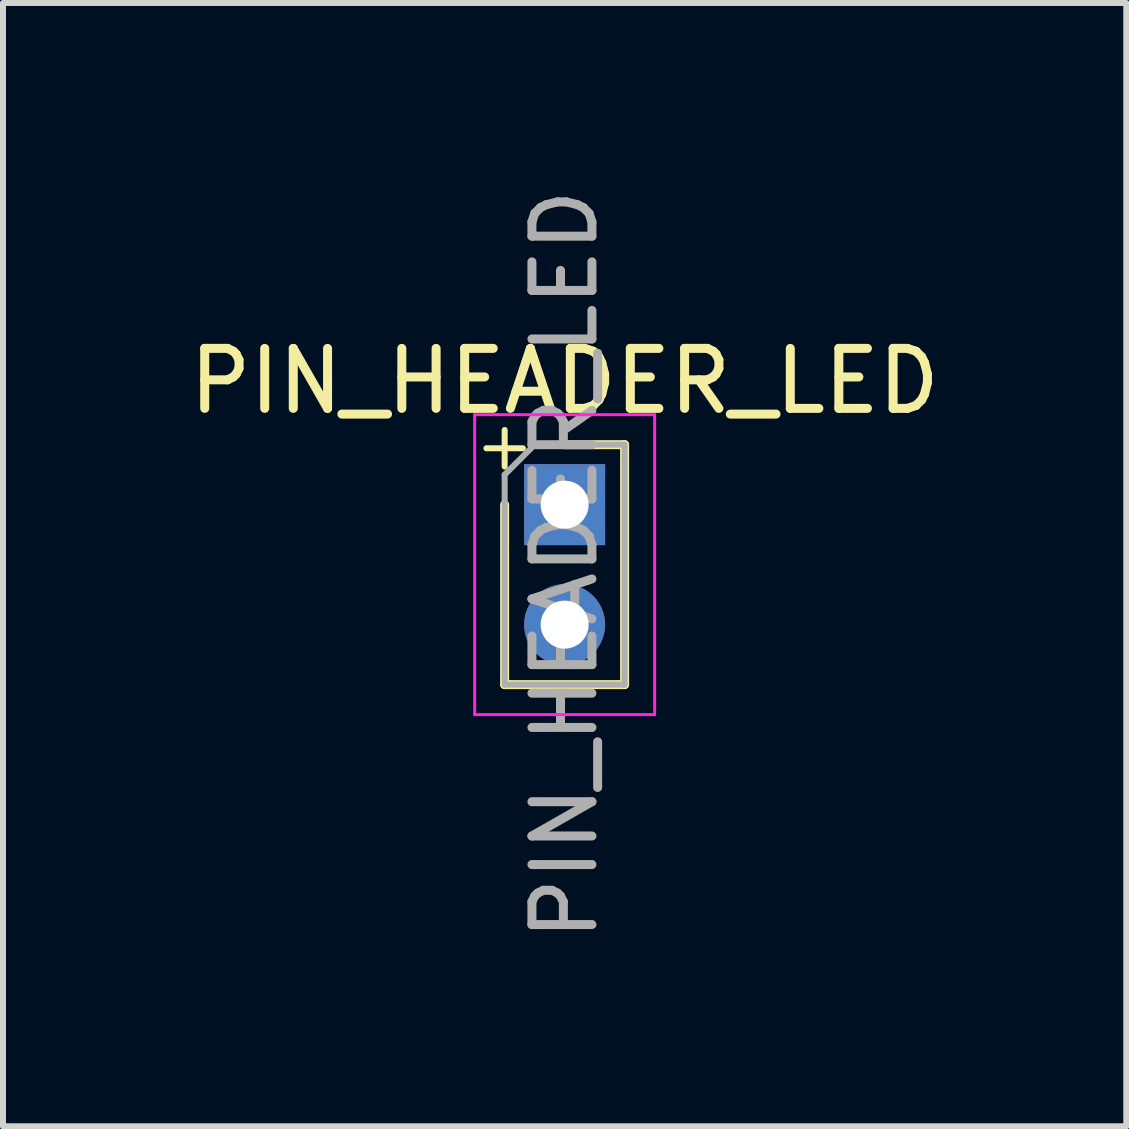
<source format=kicad_pcb>
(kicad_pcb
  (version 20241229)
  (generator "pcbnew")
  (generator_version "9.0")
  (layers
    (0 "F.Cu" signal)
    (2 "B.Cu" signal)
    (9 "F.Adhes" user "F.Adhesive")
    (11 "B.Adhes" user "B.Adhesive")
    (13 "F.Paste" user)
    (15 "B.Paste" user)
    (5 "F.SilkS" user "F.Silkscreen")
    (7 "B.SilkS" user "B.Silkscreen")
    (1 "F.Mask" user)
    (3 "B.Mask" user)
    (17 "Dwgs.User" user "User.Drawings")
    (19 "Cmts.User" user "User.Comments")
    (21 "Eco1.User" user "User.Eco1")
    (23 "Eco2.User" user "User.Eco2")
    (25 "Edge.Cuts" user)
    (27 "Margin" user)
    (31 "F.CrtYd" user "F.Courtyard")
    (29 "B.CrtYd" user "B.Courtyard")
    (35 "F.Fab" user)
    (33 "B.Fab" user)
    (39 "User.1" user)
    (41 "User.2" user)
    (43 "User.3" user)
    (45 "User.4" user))
  (footprint "PIN_HEADER_LED"
    (layer "F.Cu")
    (at 6.363 5.363)
    (property "Reference" "PIN_HEADER_LED" (at 0 -2.06 0) (layer "F.SilkS") (effects (font (size 1 1) (thickness 0.15))))
    (attr through_hole)
    (fp_line (start -1 0) (end -1 3) (stroke (width 0.15) (type solid)) (layer "F.SilkS"))
    (fp_line (start -1 3) (end 1 3) (stroke (width 0.15) (type solid)) (layer "F.SilkS"))
    (fp_line (start 1 -1) (end 0 -1) (stroke (width 0.15) (type solid)) (layer "F.SilkS"))
    (fp_line (start 1 3) (end 1 -1) (stroke (width 0.15) (type solid)) (layer "F.SilkS"))
    (fp_line (start -1.5 -1.5) (end -1.5 3.5) (stroke (width 0.05) (type solid)) (layer "F.CrtYd"))
    (fp_line (start -1.5 3.5) (end 1.5 3.5) (stroke (width 0.05) (type solid)) (layer "F.CrtYd"))
    (fp_line (start 1.5 -1.5) (end -1.5 -1.5) (stroke (width 0.05) (type solid)) (layer "F.CrtYd"))
    (fp_line (start 1.5 3.5) (end 1.5 -1.5) (stroke (width 0.05) (type solid)) (layer "F.CrtYd"))
    (fp_line (start -1 -0.5) (end -0.5 -1) (stroke (width 0.1) (type solid)) (layer "F.Fab"))
    (fp_line (start -1 3) (end -1 -0.5) (stroke (width 0.1) (type solid)) (layer "F.Fab"))
    (fp_line (start -0.5 -1) (end 1 -1) (stroke (width 0.1) (type solid)) (layer "F.Fab"))
    (fp_line (start 1 -1) (end 1 3) (stroke (width 0.1) (type solid)) (layer "F.Fab"))
    (fp_line (start 1 3) (end -1 3) (stroke (width 0.1) (type solid)) (layer "F.Fab"))
    (fp_text user "+" (at -1 -1 0) (layer "F.SilkS") (effects (font (size 0.8 0.8) (thickness 0.1))))
    (fp_text user "${REFERENCE}" (at 0 1 90) (layer "F.Fab") (effects (font (size 1 1) (thickness 0.15))))
    (pad "1" thru_hole rect (at 0 0) (size 1.35 1.35) (drill 0.8) (layers "*.Cu" "*.Mask"))
    (pad "2" thru_hole oval (at 0 2) (size 1.35 1.35) (drill 0.8) (layers "*.Cu" "*.Mask")))
  (gr_rect
    (start -3 -3)
    (end 15.726 15.726)
    (stroke (width 0.1) (type default))
    (fill no)
    (layer "Edge.Cuts")))
</source>
